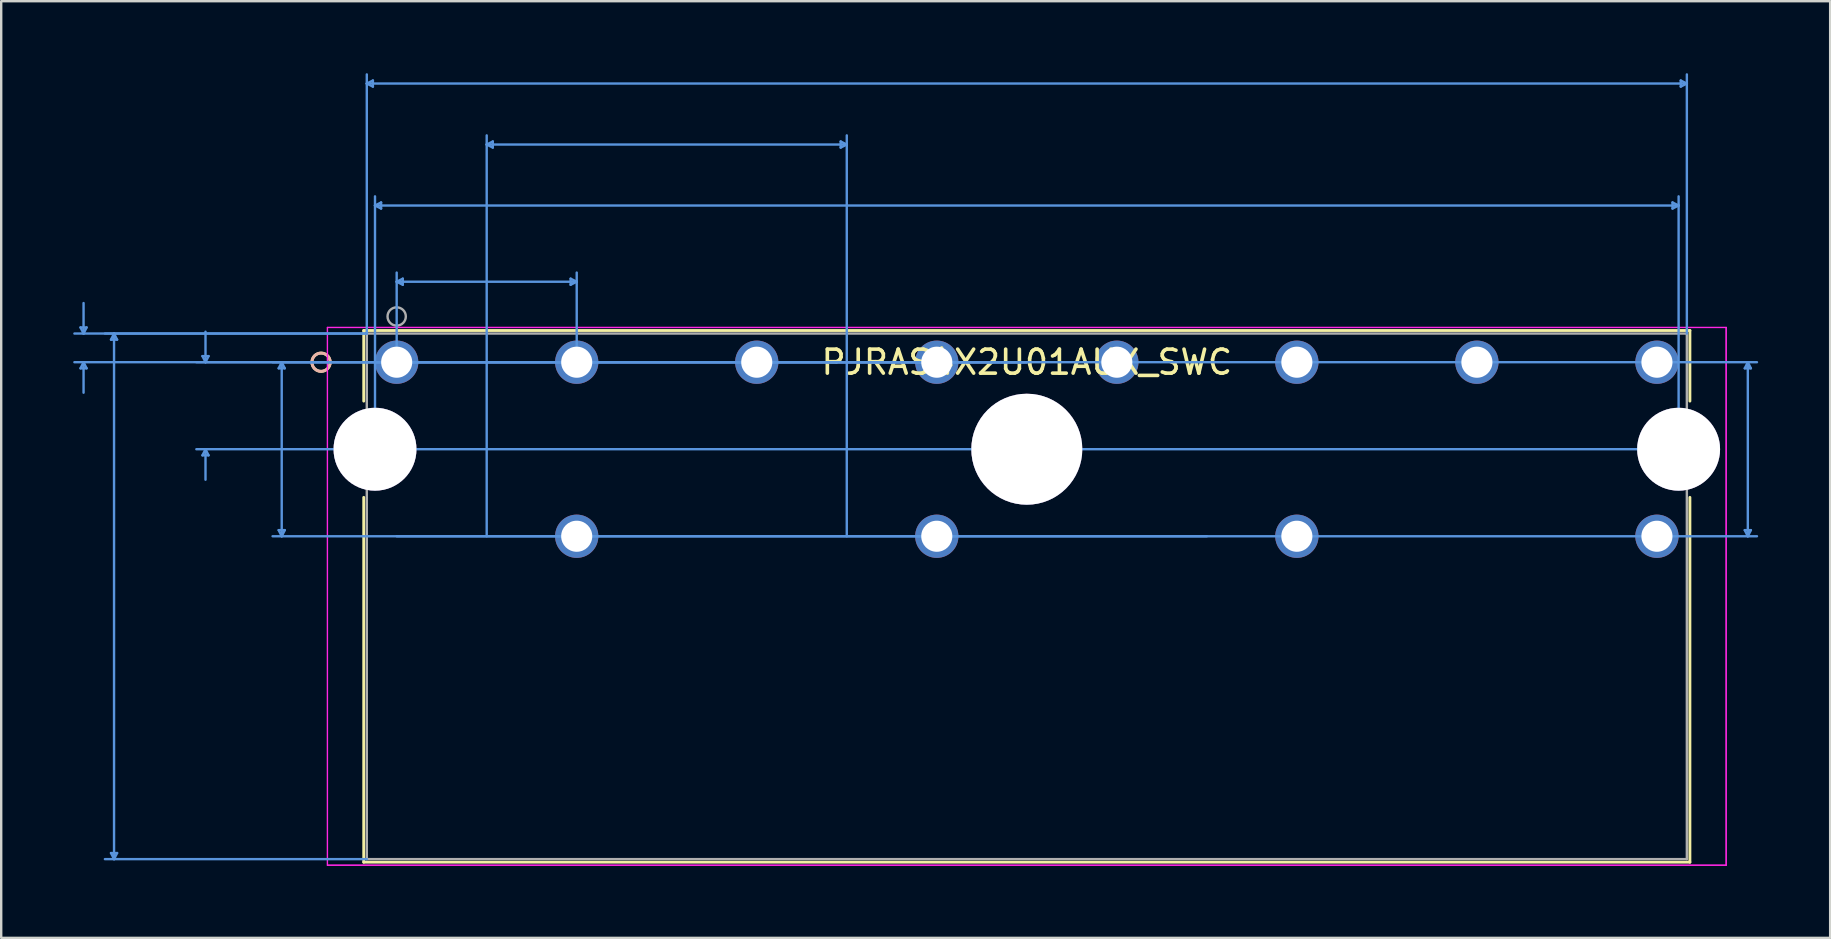
<source format=kicad_pcb>
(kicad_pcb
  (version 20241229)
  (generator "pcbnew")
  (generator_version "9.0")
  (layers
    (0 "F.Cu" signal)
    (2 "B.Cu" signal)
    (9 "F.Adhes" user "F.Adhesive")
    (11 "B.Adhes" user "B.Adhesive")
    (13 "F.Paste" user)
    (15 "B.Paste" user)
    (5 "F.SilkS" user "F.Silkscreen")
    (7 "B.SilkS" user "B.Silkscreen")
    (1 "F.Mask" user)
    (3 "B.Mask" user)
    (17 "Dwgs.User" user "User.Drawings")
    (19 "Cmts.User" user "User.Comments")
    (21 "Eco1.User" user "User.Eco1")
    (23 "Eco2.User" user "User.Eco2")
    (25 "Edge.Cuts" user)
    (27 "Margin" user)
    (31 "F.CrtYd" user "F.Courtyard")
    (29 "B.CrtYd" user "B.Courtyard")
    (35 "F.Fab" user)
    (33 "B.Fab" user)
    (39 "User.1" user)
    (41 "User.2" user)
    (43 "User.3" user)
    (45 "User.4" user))
  (footprint "PJRAS4X2U01AUX_SWC"
    (layer "F.Cu")
    (at 13.475 12.039)
    (property "Reference" "PJRAS4X2U01AUX_SWC" (at 26.25 0 0) (layer "F.SilkS") (effects (font (size 1 1) (thickness 0.15))))
    (attr through_hole)
    (fp_line (start -1.372 -1.321) (end -1.372 1.62) (stroke (width 0.12) (type solid)) (layer "F.SilkS"))
    (fp_line (start -1.372 5.631) (end -1.372 20.828) (stroke (width 0.12) (type solid)) (layer "F.SilkS"))
    (fp_line (start -1.372 20.828) (end 53.873 20.828) (stroke (width 0.12) (type solid)) (layer "F.SilkS"))
    (fp_line (start 53.873 -1.321) (end -1.372 -1.321) (stroke (width 0.12) (type solid)) (layer "F.SilkS"))
    (fp_line (start 53.873 1.62) (end 53.873 -1.321) (stroke (width 0.12) (type solid)) (layer "F.SilkS"))
    (fp_line (start 53.873 20.828) (end 53.873 5.631) (stroke (width 0.12) (type solid)) (layer "F.SilkS"))
    (fp_circle (center -3.15 0) (end -2.769 0) (stroke (width 0.12) (type solid)) (fill no) (layer "F.SilkS"))
    (fp_circle (center -3.15 0) (end -2.769 0) (stroke (width 0.12) (type solid)) (fill no) (layer "B.SilkS"))
    (fp_line (start -13.171 -1.448) (end -12.917 -1.448) (stroke (width 0.1) (type solid)) (layer "Cmts.User"))
    (fp_line (start -13.171 0.254) (end -12.917 0.254) (stroke (width 0.1) (type solid)) (layer "Cmts.User"))
    (fp_line (start -13.044 -1.194) (end -13.171 -1.448) (stroke (width 0.1) (type solid)) (layer "Cmts.User"))
    (fp_line (start -13.044 -1.194) (end -13.044 -2.464) (stroke (width 0.1) (type solid)) (layer "Cmts.User"))
    (fp_line (start -13.044 -1.194) (end -12.917 -1.448) (stroke (width 0.1) (type solid)) (layer "Cmts.User"))
    (fp_line (start -13.044 0) (end -13.171 0.254) (stroke (width 0.1) (type solid)) (layer "Cmts.User"))
    (fp_line (start -13.044 0) (end -13.044 1.27) (stroke (width 0.1) (type solid)) (layer "Cmts.User"))
    (fp_line (start -13.044 0) (end -12.917 0.254) (stroke (width 0.1) (type solid)) (layer "Cmts.User"))
    (fp_line (start -11.901 -0.94) (end -11.647 -0.94) (stroke (width 0.1) (type solid)) (layer "Cmts.User"))
    (fp_line (start -11.901 20.447) (end -11.647 20.447) (stroke (width 0.1) (type solid)) (layer "Cmts.User"))
    (fp_line (start -11.774 -1.194) (end -11.901 -0.94) (stroke (width 0.1) (type solid)) (layer "Cmts.User"))
    (fp_line (start -11.774 -1.194) (end -11.774 20.701) (stroke (width 0.1) (type solid)) (layer "Cmts.User"))
    (fp_line (start -11.774 -1.194) (end -11.647 -0.94) (stroke (width 0.1) (type solid)) (layer "Cmts.User"))
    (fp_line (start -11.774 20.701) (end -11.901 20.447) (stroke (width 0.1) (type solid)) (layer "Cmts.User"))
    (fp_line (start -11.774 20.701) (end -11.647 20.447) (stroke (width 0.1) (type solid)) (layer "Cmts.User"))
    (fp_line (start -8.091 -0.254) (end -7.837 -0.254) (stroke (width 0.1) (type solid)) (layer "Cmts.User"))
    (fp_line (start -8.091 3.879) (end -7.837 3.879) (stroke (width 0.1) (type solid)) (layer "Cmts.User"))
    (fp_line (start -7.964 0) (end -8.091 -0.254) (stroke (width 0.1) (type solid)) (layer "Cmts.User"))
    (fp_line (start -7.964 0) (end -7.964 -1.27) (stroke (width 0.1) (type solid)) (layer "Cmts.User"))
    (fp_line (start -7.964 0) (end -7.837 -0.254) (stroke (width 0.1) (type solid)) (layer "Cmts.User"))
    (fp_line (start -7.964 3.625) (end -8.091 3.879) (stroke (width 0.1) (type solid)) (layer "Cmts.User"))
    (fp_line (start -7.964 3.625) (end -7.964 4.895) (stroke (width 0.1) (type solid)) (layer "Cmts.User"))
    (fp_line (start -7.964 3.625) (end -7.837 3.879) (stroke (width 0.1) (type solid)) (layer "Cmts.User"))
    (fp_line (start -4.916 0.254) (end -4.662 0.254) (stroke (width 0.1) (type solid)) (layer "Cmts.User"))
    (fp_line (start -4.916 6.996) (end -4.662 6.996) (stroke (width 0.1) (type solid)) (layer "Cmts.User"))
    (fp_line (start -4.789 0) (end -4.916 0.254) (stroke (width 0.1) (type solid)) (layer "Cmts.User"))
    (fp_line (start -4.789 0) (end -4.789 7.25) (stroke (width 0.1) (type solid)) (layer "Cmts.User"))
    (fp_line (start -4.789 0) (end -4.662 0.254) (stroke (width 0.1) (type solid)) (layer "Cmts.User"))
    (fp_line (start -4.789 7.25) (end -4.916 6.996) (stroke (width 0.1) (type solid)) (layer "Cmts.User"))
    (fp_line (start -4.789 7.25) (end -4.662 6.996) (stroke (width 0.1) (type solid)) (layer "Cmts.User"))
    (fp_line (start -1.245 -11.608) (end -0.991 -11.735) (stroke (width 0.1) (type solid)) (layer "Cmts.User"))
    (fp_line (start -1.245 -11.608) (end -0.991 -11.481) (stroke (width 0.1) (type solid)) (layer "Cmts.User"))
    (fp_line (start -1.245 -11.608) (end 53.746 -11.608) (stroke (width 0.1) (type solid)) (layer "Cmts.User"))
    (fp_line (start -1.245 -1.194) (end -13.425 -1.194) (stroke (width 0.1) (type solid)) (layer "Cmts.User"))
    (fp_line (start -1.245 -1.194) (end -12.155 -1.194) (stroke (width 0.1) (type solid)) (layer "Cmts.User"))
    (fp_line (start -1.245 -1.194) (end -1.245 -11.989) (stroke (width 0.1) (type solid)) (layer "Cmts.User"))
    (fp_line (start -1.245 20.701) (end -12.155 20.701) (stroke (width 0.1) (type solid)) (layer "Cmts.User"))
    (fp_line (start -0.991 -11.735) (end -0.991 -11.481) (stroke (width 0.1) (type solid)) (layer "Cmts.User"))
    (fp_line (start -0.903 -6.528) (end -0.649 -6.655) (stroke (width 0.1) (type solid)) (layer "Cmts.User"))
    (fp_line (start -0.903 -6.528) (end -0.649 -6.401) (stroke (width 0.1) (type solid)) (layer "Cmts.User"))
    (fp_line (start -0.903 -6.528) (end 53.403 -6.528) (stroke (width 0.1) (type solid)) (layer "Cmts.User"))
    (fp_line (start -0.903 3.625) (end -0.903 -6.909) (stroke (width 0.1) (type solid)) (layer "Cmts.User"))
    (fp_line (start -0.649 -6.655) (end -0.649 -6.401) (stroke (width 0.1) (type solid)) (layer "Cmts.User"))
    (fp_line (start 0 -3.353) (end 0.254 -3.48) (stroke (width 0.1) (type solid)) (layer "Cmts.User"))
    (fp_line (start 0 -3.353) (end 0.254 -3.226) (stroke (width 0.1) (type solid)) (layer "Cmts.User"))
    (fp_line (start 0 -3.353) (end 7.5 -3.353) (stroke (width 0.1) (type solid)) (layer "Cmts.User"))
    (fp_line (start 0 0) (end 0 -3.734) (stroke (width 0.1) (type solid)) (layer "Cmts.User"))
    (fp_line (start 0 0) (end 56.667 0) (stroke (width 0.1) (type solid)) (layer "Cmts.User"))
    (fp_line (start 0 7.25) (end 56.667 7.25) (stroke (width 0.1) (type solid)) (layer "Cmts.User"))
    (fp_line (start 0.254 -3.48) (end 0.254 -3.226) (stroke (width 0.1) (type solid)) (layer "Cmts.User"))
    (fp_line (start 3.75 -9.068) (end 4.004 -9.195) (stroke (width 0.1) (type solid)) (layer "Cmts.User"))
    (fp_line (start 3.75 -9.068) (end 4.004 -8.941) (stroke (width 0.1) (type solid)) (layer "Cmts.User"))
    (fp_line (start 3.75 -9.068) (end 18.75 -9.068) (stroke (width 0.1) (type solid)) (layer "Cmts.User"))
    (fp_line (start 3.75 7.25) (end 3.75 -9.449) (stroke (width 0.1) (type solid)) (layer "Cmts.User"))
    (fp_line (start 4.004 -9.195) (end 4.004 -8.941) (stroke (width 0.1) (type solid)) (layer "Cmts.User"))
    (fp_line (start 7.246 -3.48) (end 7.246 -3.226) (stroke (width 0.1) (type solid)) (layer "Cmts.User"))
    (fp_line (start 7.5 -3.353) (end 7.246 -3.48) (stroke (width 0.1) (type solid)) (layer "Cmts.User"))
    (fp_line (start 7.5 -3.353) (end 7.246 -3.226) (stroke (width 0.1) (type solid)) (layer "Cmts.User"))
    (fp_line (start 7.5 0) (end 7.5 -3.734) (stroke (width 0.1) (type solid)) (layer "Cmts.User"))
    (fp_line (start 18.496 -9.195) (end 18.496 -8.941) (stroke (width 0.1) (type solid)) (layer "Cmts.User"))
    (fp_line (start 18.75 -9.068) (end 18.496 -9.195) (stroke (width 0.1) (type solid)) (layer "Cmts.User"))
    (fp_line (start 18.75 -9.068) (end 18.496 -8.941) (stroke (width 0.1) (type solid)) (layer "Cmts.User"))
    (fp_line (start 18.75 7.25) (end 18.75 -9.449) (stroke (width 0.1) (type solid)) (layer "Cmts.User"))
    (fp_line (start 26.25 0) (end -13.425 0) (stroke (width 0.1) (type solid)) (layer "Cmts.User"))
    (fp_line (start 26.25 0) (end -8.345 0) (stroke (width 0.1) (type solid)) (layer "Cmts.User"))
    (fp_line (start 26.25 0) (end -5.17 0) (stroke (width 0.1) (type solid)) (layer "Cmts.User"))
    (fp_line (start 33.75 7.25) (end -5.17 7.25) (stroke (width 0.1) (type solid)) (layer "Cmts.User"))
    (fp_line (start 53.149 -6.655) (end 53.149 -6.401) (stroke (width 0.1) (type solid)) (layer "Cmts.User"))
    (fp_line (start 53.403 -6.528) (end 53.149 -6.655) (stroke (width 0.1) (type solid)) (layer "Cmts.User"))
    (fp_line (start 53.403 -6.528) (end 53.149 -6.401) (stroke (width 0.1) (type solid)) (layer "Cmts.User"))
    (fp_line (start 53.403 3.625) (end -8.345 3.625) (stroke (width 0.1) (type solid)) (layer "Cmts.User"))
    (fp_line (start 53.403 3.625) (end 53.403 -6.909) (stroke (width 0.1) (type solid)) (layer "Cmts.User"))
    (fp_line (start 53.492 -11.735) (end 53.492 -11.481) (stroke (width 0.1) (type solid)) (layer "Cmts.User"))
    (fp_line (start 53.746 -11.608) (end 53.492 -11.735) (stroke (width 0.1) (type solid)) (layer "Cmts.User"))
    (fp_line (start 53.746 -11.608) (end 53.492 -11.481) (stroke (width 0.1) (type solid)) (layer "Cmts.User"))
    (fp_line (start 53.746 -1.194) (end 53.746 -11.989) (stroke (width 0.1) (type solid)) (layer "Cmts.User"))
    (fp_line (start 56.159 0.254) (end 56.413 0.254) (stroke (width 0.1) (type solid)) (layer "Cmts.User"))
    (fp_line (start 56.159 6.996) (end 56.413 6.996) (stroke (width 0.1) (type solid)) (layer "Cmts.User"))
    (fp_line (start 56.286 0) (end 56.159 0.254) (stroke (width 0.1) (type solid)) (layer "Cmts.User"))
    (fp_line (start 56.286 0) (end 56.286 7.25) (stroke (width 0.1) (type solid)) (layer "Cmts.User"))
    (fp_line (start 56.286 0) (end 56.413 0.254) (stroke (width 0.1) (type solid)) (layer "Cmts.User"))
    (fp_line (start 56.286 7.25) (end 56.159 6.996) (stroke (width 0.1) (type solid)) (layer "Cmts.User"))
    (fp_line (start 56.286 7.25) (end 56.413 6.996) (stroke (width 0.1) (type solid)) (layer "Cmts.User"))
    (fp_line (start -2.884 -1.448) (end -2.884 20.955) (stroke (width 0.05) (type solid)) (layer "F.CrtYd"))
    (fp_line (start -2.884 -1.448) (end -2.884 20.955) (stroke (width 0.05) (type solid)) (layer "F.CrtYd"))
    (fp_line (start -2.884 20.955) (end 55.384 20.955) (stroke (width 0.05) (type solid)) (layer "F.CrtYd"))
    (fp_line (start -2.884 20.955) (end 55.384 20.955) (stroke (width 0.05) (type solid)) (layer "F.CrtYd"))
    (fp_line (start 55.384 -1.448) (end -2.884 -1.448) (stroke (width 0.05) (type solid)) (layer "F.CrtYd"))
    (fp_line (start 55.384 -1.448) (end -2.884 -1.448) (stroke (width 0.05) (type solid)) (layer "F.CrtYd"))
    (fp_line (start 55.384 20.955) (end 55.384 -1.448) (stroke (width 0.05) (type solid)) (layer "F.CrtYd"))
    (fp_line (start 55.384 20.955) (end 55.384 -1.448) (stroke (width 0.05) (type solid)) (layer "F.CrtYd"))
    (fp_line (start -1.245 -1.194) (end -1.245 20.701) (stroke (width 0.1) (type solid)) (layer "F.Fab"))
    (fp_line (start -1.245 20.701) (end 53.746 20.701) (stroke (width 0.1) (type solid)) (layer "F.Fab"))
    (fp_line (start 53.746 -1.194) (end -1.245 -1.194) (stroke (width 0.1) (type solid)) (layer "F.Fab"))
    (fp_line (start 53.746 20.701) (end 53.746 -1.194) (stroke (width 0.1) (type solid)) (layer "F.Fab"))
    (fp_circle (center 0 -1.905) (end 0.381 -1.905) (stroke (width 0.1) (type solid)) (fill no) (layer "F.Fab"))
    (fp_text user "*" (at 0 0 0) (layer "F.SilkS") (effects (font (size 1 1) (thickness 0.15))))
    (fp_text user "Copyright 2021 Accelerated Designs. All rights reserved." (at 0 0 0) (layer "Cmts.User") (effects (font (size 0.127 0.127) (thickness 0.002))))
    (fp_text user "*" (at 0 0 0) (layer "F.Fab") (effects (font (size 1 1) (thickness 0.15))))
    (pad "1" thru_hole circle (at 0.000009 0) (size 1.803 1.803) (drill 1.295) (layers "*.Cu" "*.Mask"))
    (pad "2" thru_hole circle (at 7.5 0) (size 1.803 1.803) (drill 1.295) (layers "*.Cu" "*.Mask"))
    (pad "3" thru_hole circle (at 7.5 7.25) (size 1.803 1.803) (drill 1.295) (layers "*.Cu" "*.Mask"))
    (pad "4" thru_hole circle (at 15 0) (size 1.803 1.803) (drill 1.295) (layers "*.Cu" "*.Mask"))
    (pad "5" thru_hole circle (at 22.5 0) (size 1.803 1.803) (drill 1.295) (layers "*.Cu" "*.Mask"))
    (pad "6" thru_hole circle (at 22.5 7.25) (size 1.803 1.803) (drill 1.295) (layers "*.Cu" "*.Mask"))
    (pad "7" thru_hole circle (at 30 0) (size 1.803 1.803) (drill 1.295) (layers "*.Cu" "*.Mask"))
    (pad "8" thru_hole circle (at 37.5 0) (size 1.803 1.803) (drill 1.295) (layers "*.Cu" "*.Mask"))
    (pad "9" thru_hole circle (at 37.5 7.25) (size 1.803 1.803) (drill 1.295) (layers "*.Cu" "*.Mask"))
    (pad "10" thru_hole circle (at 45 0) (size 1.803 1.803) (drill 1.295) (layers "*.Cu" "*.Mask"))
    (pad "11" thru_hole circle (at 52.5 0) (size 1.803 1.803) (drill 1.295) (layers "*.Cu" "*.Mask"))
    (pad "12" thru_hole circle (at 52.5 7.25) (size 1.803 1.803) (drill 1.295) (layers "*.Cu" "*.Mask"))
    (pad "13" thru_hole circle (at -0.903 3.625) (size 3.454 3.454) (drill 3.454) (layers "*.Cu" "*.Mask"))
    (pad "14" thru_hole circle (at 53.403 3.625) (size 3.454 3.454) (drill 3.454) (layers "*.Cu" "*.Mask"))
    (pad "15" thru_hole circle (at 26.25 3.625) (size 4.623 4.623) (drill 4.623) (layers "*.Cu" "*.Mask")))
  (gr_rect
    (start -3 -3)
    (end 73.191 36.019)
    (stroke (width 0.1) (type default))
    (fill no)
    (layer "Edge.Cuts")))
</source>
